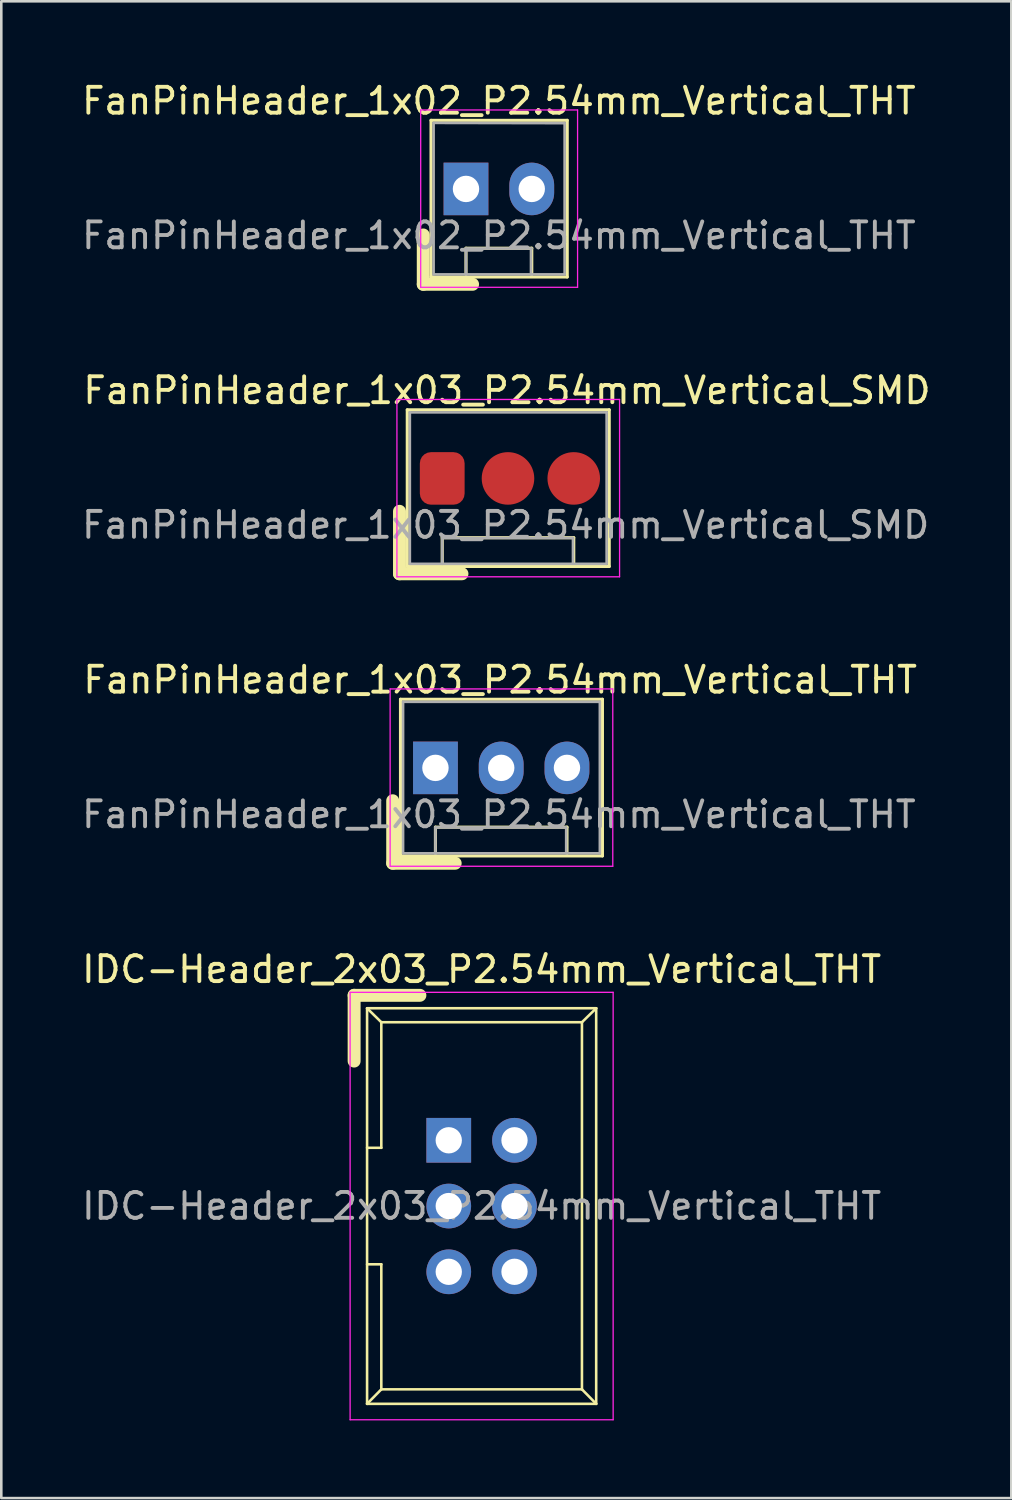
<source format=kicad_pcb>
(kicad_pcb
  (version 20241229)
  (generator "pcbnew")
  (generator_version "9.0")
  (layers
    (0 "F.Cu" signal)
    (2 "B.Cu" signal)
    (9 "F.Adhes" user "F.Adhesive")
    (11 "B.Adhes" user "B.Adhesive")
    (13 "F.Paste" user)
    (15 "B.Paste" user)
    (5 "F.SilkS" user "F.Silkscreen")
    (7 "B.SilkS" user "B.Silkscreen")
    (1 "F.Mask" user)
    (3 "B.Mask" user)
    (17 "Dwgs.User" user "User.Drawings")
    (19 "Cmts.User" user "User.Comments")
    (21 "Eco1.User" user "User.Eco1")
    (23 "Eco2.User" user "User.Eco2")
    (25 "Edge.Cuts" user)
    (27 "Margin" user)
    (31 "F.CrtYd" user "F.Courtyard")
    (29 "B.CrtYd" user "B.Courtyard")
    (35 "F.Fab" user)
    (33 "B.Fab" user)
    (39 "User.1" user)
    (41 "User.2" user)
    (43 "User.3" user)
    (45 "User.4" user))
  (footprint "FanPinHeader_1x02_P2.54mm_Vertical_THT"
    (layer "F.Cu")
    (at 14.95 4.248)
    (property "Reference" "FanPinHeader_1x02_P2.54mm_Vertical_THT" (at 1.27 -3.4 0) (layer "F.SilkS") (effects (font (size 1 1) (thickness 0.15))))
    (attr through_hole)
    (fp_line (start -1.651 1.778) (end -1.651 3.683) (stroke (width 0.5) (type solid)) (layer "F.SilkS"))
    (fp_line (start -1.35 -2.65) (end 3.91 -2.65) (stroke (width 0.12) (type solid)) (layer "F.SilkS"))
    (fp_line (start -1.35 3.4) (end -1.35 -2.65) (stroke (width 0.12) (type solid)) (layer "F.SilkS"))
    (fp_line (start 0 2.29) (end 2.54 2.29) (stroke (width 0.12) (type solid)) (layer "F.SilkS"))
    (fp_line (start 0 3.3) (end 0 2.29) (stroke (width 0.12) (type solid)) (layer "F.SilkS"))
    (fp_line (start 0.254 3.683) (end -1.651 3.683) (stroke (width 0.5) (type solid)) (layer "F.SilkS"))
    (fp_line (start 2.54 2.29) (end 2.54 3.3) (stroke (width 0.12) (type solid)) (layer "F.SilkS"))
    (fp_line (start 3.91 -2.65) (end 3.91 3.4) (stroke (width 0.12) (type solid)) (layer "F.SilkS"))
    (fp_line (start 3.91 3.4) (end -1.35 3.4) (stroke (width 0.12) (type solid)) (layer "F.SilkS"))
    (fp_line (start -1.75 3.8) (end -1.75 -3.05) (stroke (width 0.05) (type solid)) (layer "F.CrtYd"))
    (fp_line (start -1.75 3.8) (end 4.31 3.8) (stroke (width 0.05) (type solid)) (layer "F.CrtYd"))
    (fp_line (start 4.31 -3.05) (end -1.75 -3.05) (stroke (width 0.05) (type solid)) (layer "F.CrtYd"))
    (fp_line (start 4.31 -3.05) (end 4.31 3.8) (stroke (width 0.05) (type solid)) (layer "F.CrtYd"))
    (fp_line (start -1.25 -2.55) (end 3.81 -2.54) (stroke (width 0.1) (type solid)) (layer "F.Fab"))
    (fp_line (start -1.25 3.3) (end -1.25 -2.55) (stroke (width 0.1) (type solid)) (layer "F.Fab"))
    (fp_line (start 0 2.3) (end 0 3.3) (stroke (width 0.1) (type solid)) (layer "F.Fab"))
    (fp_line (start 2.51 3.3) (end 2.51 2.3) (stroke (width 0.1) (type solid)) (layer "F.Fab"))
    (fp_line (start 2.54 2.3) (end 0 2.3) (stroke (width 0.1) (type solid)) (layer "F.Fab"))
    (fp_line (start 3.81 -2.55) (end 3.81 3.3) (stroke (width 0.1) (type solid)) (layer "F.Fab"))
    (fp_line (start 3.81 3.3) (end -1.25 3.3) (stroke (width 0.1) (type solid)) (layer "F.Fab"))
    (fp_text user "${REFERENCE}" (at 1.27 1.8 0) (layer "F.Fab") (effects (font (size 1 1) (thickness 0.15))))
    (pad "1" thru_hole rect (at 0 0 90) (size 2.03 1.73) (drill 1.02) (layers "*.Cu" "*.Mask"))
    (pad "2" thru_hole oval (at 2.54 0 90) (size 2.03 1.73) (drill 1.02) (layers "*.Cu" "*.Mask")))
  (footprint "FanPinHeader_1x03_P2.54mm_Vertical_THT"
    (layer "F.Cu")
    (at 13.77 26.611)
    (property "Reference" "FanPinHeader_1x03_P2.54mm_Vertical_THT" (at 2.5 -3.4 0) (layer "F.SilkS") (effects (font (size 1 1) (thickness 0.15))))
    (attr through_hole)
    (fp_line (start -1.651 1.27) (end -1.651 3.683) (stroke (width 0.5) (type solid)) (layer "F.SilkS"))
    (fp_line (start -1.35 -2.65) (end 6.45 -2.65) (stroke (width 0.12) (type solid)) (layer "F.SilkS"))
    (fp_line (start -1.35 3.4) (end -1.35 -2.65) (stroke (width 0.12) (type solid)) (layer "F.SilkS"))
    (fp_line (start 0 2.29) (end 5.08 2.29) (stroke (width 0.12) (type solid)) (layer "F.SilkS"))
    (fp_line (start 0 3.3) (end 0 2.29) (stroke (width 0.12) (type solid)) (layer "F.SilkS"))
    (fp_line (start 0.762 3.683) (end -1.651 3.683) (stroke (width 0.5) (type solid)) (layer "F.SilkS"))
    (fp_line (start 5.08 2.29) (end 5.08 3.3) (stroke (width 0.12) (type solid)) (layer "F.SilkS"))
    (fp_line (start 6.45 -2.65) (end 6.45 3.4) (stroke (width 0.12) (type solid)) (layer "F.SilkS"))
    (fp_line (start 6.45 3.4) (end -1.35 3.4) (stroke (width 0.12) (type solid)) (layer "F.SilkS"))
    (fp_line (start -1.75 3.8) (end -1.75 -3.05) (stroke (width 0.05) (type solid)) (layer "F.CrtYd"))
    (fp_line (start -1.75 3.8) (end 6.85 3.8) (stroke (width 0.05) (type solid)) (layer "F.CrtYd"))
    (fp_line (start 6.85 -3.05) (end -1.75 -3.05) (stroke (width 0.05) (type solid)) (layer "F.CrtYd"))
    (fp_line (start 6.85 -3.05) (end 6.85 3.8) (stroke (width 0.05) (type solid)) (layer "F.CrtYd"))
    (fp_line (start -1.25 -2.55) (end 6.35 -2.55) (stroke (width 0.1) (type solid)) (layer "F.Fab"))
    (fp_line (start -1.25 3.3) (end -1.25 -2.55) (stroke (width 0.1) (type solid)) (layer "F.Fab"))
    (fp_line (start 0 2.3) (end 0 3.3) (stroke (width 0.1) (type solid)) (layer "F.Fab"))
    (fp_line (start 5.05 2.3) (end 0 2.3) (stroke (width 0.1) (type solid)) (layer "F.Fab"))
    (fp_line (start 5.05 3.3) (end 5.05 2.3) (stroke (width 0.1) (type solid)) (layer "F.Fab"))
    (fp_line (start 6.35 -2.55) (end 6.35 3.3) (stroke (width 0.1) (type solid)) (layer "F.Fab"))
    (fp_line (start 6.35 3.3) (end -1.25 3.3) (stroke (width 0.1) (type solid)) (layer "F.Fab"))
    (fp_text user "${REFERENCE}" (at 2.45 1.8 0) (layer "F.Fab") (effects (font (size 1 1) (thickness 0.15))))
    (pad "1" thru_hole rect (at 0 0 90) (size 2.03 1.73) (drill 1.02) (layers "*.Cu" "*.Mask"))
    (pad "2" thru_hole oval (at 2.54 0 90) (size 2.03 1.73) (drill 1.02) (layers "*.Cu" "*.Mask"))
    (pad "3" thru_hole oval (at 5.08 0 90) (size 2.03 1.73) (drill 1.02) (layers "*.Cu" "*.Mask")))
  (footprint "FanPinHeader_1x03_P2.54mm_Vertical_SMD"
    (layer "F.Cu")
    (at 14.032 15.43)
    (property "Reference" "FanPinHeader_1x03_P2.54mm_Vertical_SMD" (at 2.5 -3.4 0) (layer "F.SilkS") (effects (font (size 1 1) (thickness 0.15))))
    (attr through_hole)
    (fp_line (start -1.651 1.27) (end -1.651 3.683) (stroke (width 0.5) (type solid)) (layer "F.SilkS"))
    (fp_line (start -1.35 -2.65) (end 6.45 -2.65) (stroke (width 0.12) (type solid)) (layer "F.SilkS"))
    (fp_line (start -1.35 3.4) (end -1.35 -2.65) (stroke (width 0.12) (type solid)) (layer "F.SilkS"))
    (fp_line (start 0 2.29) (end 5.08 2.29) (stroke (width 0.12) (type solid)) (layer "F.SilkS"))
    (fp_line (start 0 3.3) (end 0 2.29) (stroke (width 0.12) (type solid)) (layer "F.SilkS"))
    (fp_line (start 0.762 3.683) (end -1.651 3.683) (stroke (width 0.5) (type solid)) (layer "F.SilkS"))
    (fp_line (start 5.08 2.29) (end 5.08 3.3) (stroke (width 0.12) (type solid)) (layer "F.SilkS"))
    (fp_line (start 6.45 -2.65) (end 6.45 3.4) (stroke (width 0.12) (type solid)) (layer "F.SilkS"))
    (fp_line (start 6.45 3.4) (end -1.35 3.4) (stroke (width 0.12) (type solid)) (layer "F.SilkS"))
    (fp_line (start -1.75 3.8) (end -1.75 -3.05) (stroke (width 0.05) (type solid)) (layer "F.CrtYd"))
    (fp_line (start -1.75 3.8) (end 6.85 3.8) (stroke (width 0.05) (type solid)) (layer "F.CrtYd"))
    (fp_line (start 6.85 -3.05) (end -1.75 -3.05) (stroke (width 0.05) (type solid)) (layer "F.CrtYd"))
    (fp_line (start 6.85 -3.05) (end 6.85 3.8) (stroke (width 0.05) (type solid)) (layer "F.CrtYd"))
    (fp_line (start -1.25 -2.55) (end 6.35 -2.55) (stroke (width 0.1) (type solid)) (layer "F.Fab"))
    (fp_line (start -1.25 3.3) (end -1.25 -2.55) (stroke (width 0.1) (type solid)) (layer "F.Fab"))
    (fp_line (start 0 2.3) (end 0 3.3) (stroke (width 0.1) (type solid)) (layer "F.Fab"))
    (fp_line (start 5.05 2.3) (end 0 2.3) (stroke (width 0.1) (type solid)) (layer "F.Fab"))
    (fp_line (start 5.05 3.3) (end 5.05 2.3) (stroke (width 0.1) (type solid)) (layer "F.Fab"))
    (fp_line (start 6.35 -2.55) (end 6.35 3.3) (stroke (width 0.1) (type solid)) (layer "F.Fab"))
    (fp_line (start 6.35 3.3) (end -1.25 3.3) (stroke (width 0.1) (type solid)) (layer "F.Fab"))
    (fp_text user "${REFERENCE}" (at 2.45 1.8 0) (layer "F.Fab") (effects (font (size 1 1) (thickness 0.15))))
    (pad "1" smd roundrect (at 0 0 90) (size 2.03 1.73) (layers "F.Cu" "F.Mask" "F.Paste") (roundrect_rratio 0.25))
    (pad "2" smd circle (at 2.54 0 90) (size 2.03 2.03) (layers "F.Cu" "F.Mask" "F.Paste"))
    (pad "3" smd circle (at 5.08 0 90) (size 2.03 2.03) (layers "F.Cu" "F.Mask" "F.Paste")))
  (footprint "IDC-Header_2x03_P2.54mm_Vertical_THT"
    (layer "F.Cu")
    (at 14.284 40.996)
    (property "Reference" "IDC-Header_2x03_P2.54mm_Vertical_THT" (at 1.27 -6.604 0) (layer "F.SilkS") (effects (font (size 1 1) (thickness 0.15))))
    (attr through_hole)
    (fp_line (start -3.655 -5.6) (end -3.655 -3.06) (stroke (width 0.5) (type solid)) (layer "F.SilkS"))
    (fp_line (start -3.655 -5.6) (end -1.115 -5.6) (stroke (width 0.5) (type solid)) (layer "F.SilkS"))
    (fp_line (start -3.155 -5.1) (end -3.155 10.18) (stroke (width 0.1) (type solid)) (layer "F.SilkS"))
    (fp_line (start -3.155 -5.1) (end -2.605 -4.56) (stroke (width 0.1) (type solid)) (layer "F.SilkS"))
    (fp_line (start -3.155 10.18) (end -2.605 9.62) (stroke (width 0.1) (type solid)) (layer "F.SilkS"))
    (fp_line (start -2.605 -4.56) (end -2.605 0.29) (stroke (width 0.1) (type solid)) (layer "F.SilkS"))
    (fp_line (start -2.605 0.29) (end -3.155 0.29) (stroke (width 0.1) (type solid)) (layer "F.SilkS"))
    (fp_line (start -2.605 4.79) (end -3.155 4.79) (stroke (width 0.1) (type solid)) (layer "F.SilkS"))
    (fp_line (start -2.605 4.79) (end -2.605 9.62) (stroke (width 0.1) (type solid)) (layer "F.SilkS"))
    (fp_line (start 5.145 -4.56) (end -2.605 -4.56) (stroke (width 0.1) (type solid)) (layer "F.SilkS"))
    (fp_line (start 5.145 -4.56) (end 5.145 9.62) (stroke (width 0.1) (type solid)) (layer "F.SilkS"))
    (fp_line (start 5.145 9.62) (end -2.605 9.62) (stroke (width 0.1) (type solid)) (layer "F.SilkS"))
    (fp_line (start 5.695 -5.1) (end -3.155 -5.1) (stroke (width 0.1) (type solid)) (layer "F.SilkS"))
    (fp_line (start 5.695 -5.1) (end 5.145 -4.56) (stroke (width 0.1) (type solid)) (layer "F.SilkS"))
    (fp_line (start 5.695 -5.1) (end 5.695 10.18) (stroke (width 0.1) (type solid)) (layer "F.SilkS"))
    (fp_line (start 5.695 10.18) (end -3.155 10.18) (stroke (width 0.1) (type solid)) (layer "F.SilkS"))
    (fp_line (start 5.695 10.18) (end 5.145 9.62) (stroke (width 0.1) (type solid)) (layer "F.SilkS"))
    (fp_line (start -3.81 -5.715) (end -3.81 10.795) (stroke (width 0.05) (type solid)) (layer "F.CrtYd"))
    (fp_line (start -3.81 -5.715) (end 6.35 -5.715) (stroke (width 0.05) (type solid)) (layer "F.CrtYd"))
    (fp_line (start -3.81 10.795) (end 6.35 10.795) (stroke (width 0.05) (type solid)) (layer "F.CrtYd"))
    (fp_line (start 6.35 -5.715) (end 6.35 10.795) (stroke (width 0.05) (type solid)) (layer "F.CrtYd"))
    (fp_text user "${REFERENCE}" (at 1.27 2.54 0) (layer "F.Fab") (effects (font (size 1 1) (thickness 0.15))))
    (pad "1" thru_hole rect (at 0 0) (size 1.727 1.727) (drill 1.016) (layers "*.Cu" "*.Mask"))
    (pad "2" thru_hole oval (at 2.54 0) (size 1.727 1.727) (drill 1.016) (layers "*.Cu" "*.Mask"))
    (pad "3" thru_hole oval (at 0 2.54) (size 1.727 1.727) (drill 1.016) (layers "*.Cu" "*.Mask"))
    (pad "4" thru_hole oval (at 2.54 2.54) (size 1.727 1.727) (drill 1.016) (layers "*.Cu" "*.Mask"))
    (pad "5" thru_hole oval (at 0 5.08) (size 1.727 1.727) (drill 1.016) (layers "*.Cu" "*.Mask"))
    (pad "6" thru_hole oval (at 2.54 5.08) (size 1.727 1.727) (drill 1.016) (layers "*.Cu" "*.Mask")))
  (gr_rect
    (start -3 -3)
    (end 36.014 54.816)
    (stroke (width 0.1) (type default))
    (fill no)
    (layer "Edge.Cuts")))
</source>
